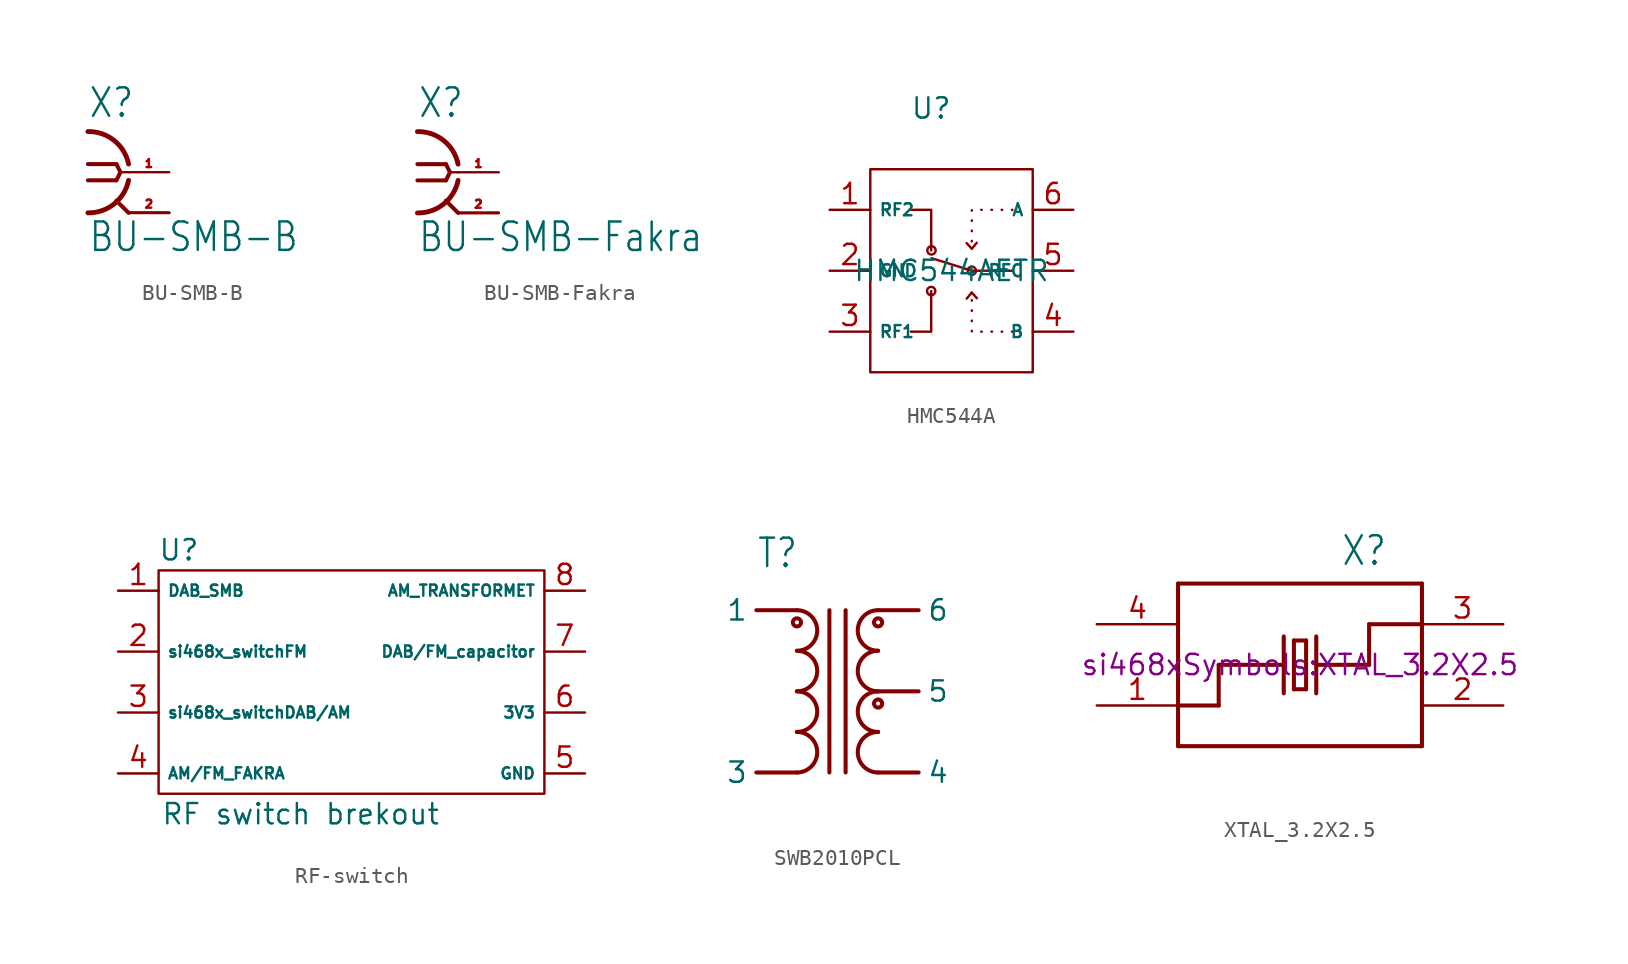
<source format=kicad_sym>
(kicad_symbol_lib
  (version 20220914)
  (generator kicad_symbol_editor)
  (symbol "BU-SMB-B"
    (property "Reference" "X"
      (at -2.54 3.302 0)
      (effects (font (size 1.778 1.511)) (justify left bottom)))
    (property "Value" "BU-SMB-B"
      (at -2.54 -5.08 0)
      (effects (font (size 1.778 1.511)) (justify left bottom)))
    (symbol "BU-SMB-B_1_0"
      (arc (start -2.54 -2.54) (mid -0.9022 -1.9838) (end 0 -0.508) (stroke (width 0.3048) (type solid)) (fill (type none)))
      (polyline (pts (xy -2.54 0.508) (xy -0.762 0.508)) (stroke (width 0.254) (type solid)) (fill (type none)))
      (polyline (pts (xy -0.762 -0.508) (xy -2.54 -0.508)) (stroke (width 0.254) (type solid)) (fill (type none)))
      (polyline (pts (xy -0.762 0.508) (xy -0.508 0)) (stroke (width 0.254) (type solid)) (fill (type none)))
      (polyline (pts (xy -0.508 0) (xy -0.762 -0.508)) (stroke (width 0.254) (type solid)) (fill (type none)))
      (polyline (pts (xy 0 -2.54) (xy -0.762 -1.778)) (stroke (width 0.254) (type solid)) (fill (type none)))
      (polyline (pts (xy 0 0) (xy -0.508 0)) (stroke (width 0.152) (type solid)) (fill (type none)))
      (arc (start 0 0.508) (mid -0.9022 1.9838) (end -2.54 2.54) (stroke (width 0.3048) (type solid)) (fill (type none)))
      (pin passive line (at 2.54 0 180) (length 2.54) (name "1" (effects (font (size 0 0)))) (number "1" (effects (font (size 0.5 0.5)))))
      (pin passive line (at 2.54 -2.54 180) (length 2.54) (name "2" (effects (font (size 0 0)))) (number "2" (effects (font (size 0.5 0.5)))))
      (pin passive line (at 2.54 -2.54 180) (length 2.54) (name "2" (effects (font (size 0 0)))) (number "3" (effects (font (size 0 0)))))
      (pin passive line (at 2.54 -2.54 180) (length 2.54) (name "2" (effects (font (size 0 0)))) (number "4" (effects (font (size 0 0)))))
      (pin passive line (at 2.54 -2.54 180) (length 2.54) (name "2" (effects (font (size 0 0)))) (number "5" (effects (font (size 0 0)))))))
  (symbol "BU-SMB-Fakra"
    (property "Reference" "X"
      (at -2.54 3.302 0)
      (effects (font (size 1.778 1.511)) (justify left bottom)))
    (property "Value" "BU-SMB-Fakra"
      (at -2.54 -5.08 0)
      (effects (font (size 1.778 1.511)) (justify left bottom)))
    (symbol "BU-SMB-Fakra_1_0"
      (arc (start -2.54 -2.54) (mid -0.9022 -1.9838) (end 0 -0.508) (stroke (width 0.3048) (type solid)) (fill (type none)))
      (polyline (pts (xy -2.54 0.508) (xy -0.762 0.508)) (stroke (width 0.254) (type solid)) (fill (type none)))
      (polyline (pts (xy -0.762 -0.508) (xy -2.54 -0.508)) (stroke (width 0.254) (type solid)) (fill (type none)))
      (polyline (pts (xy -0.762 0.508) (xy -0.508 0)) (stroke (width 0.254) (type solid)) (fill (type none)))
      (polyline (pts (xy -0.508 0) (xy -0.762 -0.508)) (stroke (width 0.254) (type solid)) (fill (type none)))
      (polyline (pts (xy 0 -2.54) (xy -0.762 -1.778)) (stroke (width 0.254) (type solid)) (fill (type none)))
      (polyline (pts (xy 0 0) (xy -0.508 0)) (stroke (width 0.152) (type solid)) (fill (type none)))
      (arc (start 0 0.508) (mid -0.9022 1.9838) (end -2.54 2.54) (stroke (width 0.3048) (type solid)) (fill (type none)))
      (pin passive line (at 2.54 0 180) (length 2.54) (name "1" (effects (font (size 0 0)))) (number "1" (effects (font (size 0.5 0.5)))))
      (pin passive line (at 2.54 -2.54 180) (length 2.54) (name "2" (effects (font (size 0 0)))) (number "2" (effects (font (size 0.5 0.5)))))
      (pin passive line (at 2.54 -2.54 180) (length 2.54) (name "2" (effects (font (size 0 0)))) (number "3" (effects (font (size 0 0)))))
      (pin passive line (at 2.54 -2.54 180) (length 2.54) (name "2" (effects (font (size 0 0)))) (number "4" (effects (font (size 0 0)))))
      (pin passive line (at 2.54 -2.54 180) (length 2.54) (name "2" (effects (font (size 0 0)))) (number "5" (effects (font (size 0 0)))))))
  (symbol "HMC544A"
    (property "Reference" "U"
      (at -1.27 10.16 0)
      (effects (font (size 1.27 1.27))))
    (property "Value" "HMC544AETR"
      (at 0 0 0)
      (effects (font (size 1.27 1.27))))
    (symbol "HMC544A_0_1"
      (circle (center -1.27 -1.27) (radius 0.259) (stroke (width 0) (type default)) (fill (type none)))
      (circle (center -1.253 1.274) (radius 0.259) (stroke (width 0) (type default)) (fill (type none)))
      (polyline (pts (xy -2.54 -3.81) (xy -1.27 -3.81) (xy -1.27 -1.27)) (stroke (width 0) (type default)) (fill (type none)))
      (polyline (pts (xy -2.54 3.81) (xy -1.27 3.81) (xy -1.27 1.27)) (stroke (width 0) (type default)) (fill (type none)))
      (polyline (pts (xy 1.27 0) (xy -1.242 0.784) (xy -1.234 0.784)) (stroke (width 0) (type default)) (fill (type none)))
      (polyline (pts (xy -5.08 6.35) (xy -5.08 -6.35) (xy 5.08 -6.35) (xy 5.08 6.35) (xy -5.08 6.35)) (stroke (width 0) (type default)) (fill (type none)))
      (circle (center 1.27 0) (radius 0.259) (stroke (width 0) (type default)) (fill (type none))))
    (symbol "HMC544A_1_1"
      (polyline (pts (xy 1.264 -1.367) (xy 1.589 -1.718)) (stroke (width 0) (type default)) (fill (type none)))
      (polyline (pts (xy 1.27 1.375) (xy 0.946 1.725)) (stroke (width 0) (type default)) (fill (type none)))
      (polyline (pts (xy 3.81 0) (xy 1.27 0)) (stroke (width 0) (type default)) (fill (type none)))
      (polyline (pts (xy 1.259 -1.373) (xy 0.954 -1.742) (xy 0.963 -1.733)) (stroke (width 0) (type default)) (fill (type none)))
      (polyline (pts (xy 1.275 1.381) (xy 1.58 1.749) (xy 1.571 1.74)) (stroke (width 0) (type default)) (fill (type none)))
      (polyline (pts (xy 3.81 -3.81) (xy 1.27 -3.81) (xy 1.27 -1.27)) (stroke (width 0) (type dot)) (fill (type none)))
      (polyline (pts (xy 3.81 3.81) (xy 1.27 3.81) (xy 1.27 1.27)) (stroke (width 0) (type dot)) (fill (type none)))
      (pin input line (at -7.62 3.81 0) (length 2.54) (name "RF2" (effects (font (size 0.75 0.75)))) (number "1" (effects (font (size 1.27 1.27)))))
      (pin input line (at -7.62 0 0) (length 2.54) (name "GND" (effects (font (size 0.75 0.75)))) (number "2" (effects (font (size 1.27 1.27)))))
      (pin input line (at -7.62 -3.81 0) (length 2.54) (name "RF1" (effects (font (size 0.75 0.75)))) (number "3" (effects (font (size 1.27 1.27)))))
      (pin input line (at 7.62 -3.81 180) (length 2.54) (name "B" (effects (font (size 0.75 0.75)))) (number "4" (effects (font (size 1.27 1.27)))))
      (pin input line (at 7.62 0 180) (length 2.54) (name "RFC" (effects (font (size 0.75 0.75)))) (number "5" (effects (font (size 1.27 1.27)))))
      (pin input line (at 7.62 3.81 180) (length 2.54) (name "A" (effects (font (size 0.75 0.75)))) (number "6" (effects (font (size 1.27 1.27)))))))
  (symbol "RF-switch"
    (property "Reference" "U"
      (at -11.43 8.89 0)
      (effects (font (size 1.27 1.27))))
    (property "Value" "RF switch brekout"
      (at -3.81 -7.62 0)
      (effects (font (size 1.27 1.27))))
    (symbol "RF-switch_0_1"
      (polyline (pts (xy -12.7 7.62) (xy -12.7 -6.35) (xy 11.43 -6.35) (xy 11.43 7.62) (xy -12.7 7.62)) (stroke (width 0) (type default)) (fill (type none))))
    (symbol "RF-switch_1_1"
      (pin input line (at -15.24 6.35 0) (length 2.54) (name "DAB_SMB" (effects (font (size 0.7 0.7)))) (number "1" (effects (font (size 1.27 1.27)))))
      (pin input line (at -15.24 2.54 0) (length 2.54) (name "si468x_switchFM" (effects (font (size 0.7 0.7)))) (number "2" (effects (font (size 1.27 1.27)))))
      (pin input line (at -15.24 -1.27 0) (length 2.54) (name "si468x_switchDAB/AM" (effects (font (size 0.7 0.7)))) (number "3" (effects (font (size 1.27 1.27)))))
      (pin input line (at -15.24 -5.08 0) (length 2.54) (name "AM/FM_FAKRA" (effects (font (size 0.7 0.7)))) (number "4" (effects (font (size 1.27 1.27)))))
      (pin power_in line (at 13.97 -5.08 180) (length 2.54) (name "GND" (effects (font (size 0.7 0.7)))) (number "5" (effects (font (size 1.27 1.27)))))
      (pin power_in line (at 13.97 -1.27 180) (length 2.54) (name "3V3" (effects (font (size 0.7 0.7)))) (number "6" (effects (font (size 1.27 1.27)))))
      (pin output line (at 13.97 2.54 180) (length 2.54) (name "DAB/FM_capacitor" (effects (font (size 0.7 0.7)))) (number "7" (effects (font (size 1.27 1.27)))))
      (pin output line (at 13.97 6.35 180) (length 2.54) (name "AM_TRANSFORMET" (effects (font (size 0.7 0.7)))) (number "8" (effects (font (size 1.27 1.27)))))))
  (symbol "SWB2010PCL"
    (property "Reference" "T"
      (at -5.08 7.62 0)
      (effects (font (size 1.778 1.511)) (justify left bottom)))
    (property "Value" ""
      (at -5.08 -7.62 0)
      (effects (font (size 1.778 1.511)) (justify left bottom)))
    (symbol "SWB2010PCL_1_0"
      (arc (start -2.54 -5.08) (mid -1.2755 -3.81) (end -2.54 -2.54) (stroke (width 0.254) (type solid)) (fill (type none)))
      (arc (start -2.54 -2.54) (mid -1.2755 -1.27) (end -2.54 0) (stroke (width 0.254) (type solid)) (fill (type none)))
      (arc (start -2.54 0) (mid -1.2755 1.27) (end -2.54 2.54) (stroke (width 0.254) (type solid)) (fill (type none)))
      (arc (start -2.54 2.54) (mid -1.2755 3.81) (end -2.54 5.08) (stroke (width 0.254) (type solid)) (fill (type none)))
      (circle (center -2.54 4.318) (radius 0.254) (stroke (width 0.254) (type solid)) (fill (type none)))
      (polyline (pts (xy -2.54 -5.08) (xy -5.08 -5.08)) (stroke (width 0.254) (type solid)) (fill (type none)))
      (polyline (pts (xy -2.54 5.08) (xy -5.08 5.08)) (stroke (width 0.254) (type solid)) (fill (type none)))
      (polyline (pts (xy -0.508 -5.08) (xy -0.508 5.08)) (stroke (width 0.254) (type solid)) (fill (type none)))
      (polyline (pts (xy 0.508 -5.08) (xy 0.508 5.08)) (stroke (width 0.254) (type solid)) (fill (type none)))
      (polyline (pts (xy 2.54 -5.08) (xy 5.08 -5.08)) (stroke (width 0.254) (type solid)) (fill (type none)))
      (polyline (pts (xy 2.54 0) (xy 5.08 0)) (stroke (width 0.254) (type solid)) (fill (type none)))
      (polyline (pts (xy 2.54 5.08) (xy 5.08 5.08)) (stroke (width 0.254) (type solid)) (fill (type none)))
      (arc (start 2.54 -2.54) (mid 1.2755 -3.81) (end 2.54 -5.08) (stroke (width 0.254) (type solid)) (fill (type none)))
      (circle (center 2.54 -0.762) (radius 0.254) (stroke (width 0.254) (type solid)) (fill (type none)))
      (arc (start 2.54 0) (mid 1.2755 -1.27) (end 2.54 -2.54) (stroke (width 0.254) (type solid)) (fill (type none)))
      (arc (start 2.54 2.54) (mid 1.2755 1.27) (end 2.54 0) (stroke (width 0.254) (type solid)) (fill (type none)))
      (circle (center 2.54 4.318) (radius 0.254) (stroke (width 0.254) (type solid)) (fill (type none)))
      (arc (start 2.54 5.08) (mid 1.2755 3.81) (end 2.54 2.54) (stroke (width 0.254) (type solid)) (fill (type none)))
      (pin bidirectional line (at -5.08 5.08 180) (length 0) (name "1" (effects (font (size 1.27 1.27)))) (number "P$1" (effects (font (size 0 0)))))
      (pin bidirectional line (at -5.08 -5.08 180) (length 0) (name "3" (effects (font (size 1.27 1.27)))) (number "P$3" (effects (font (size 0 0)))))
      (pin bidirectional line (at 5.08 -5.08 0) (length 0) (name "4" (effects (font (size 1.27 1.27)))) (number "P$4" (effects (font (size 0 0)))))
      (pin bidirectional line (at 5.08 0 0) (length 0) (name "5" (effects (font (size 1.27 1.27)))) (number "P$5" (effects (font (size 0 0)))))
      (pin bidirectional line (at 5.08 5.08 0) (length 0) (name "6" (effects (font (size 1.27 1.27)))) (number "P$6" (effects (font (size 0 0)))))))
  (symbol "XTAL_3.2X2.5"
    (property "Reference" "X"
      (at 2.54 6.096 0)
      (effects (font (size 1.778 1.511)) (justify left bottom)))
    (property "Value" ""
      (at 2.54 -7.62 0)
      (effects (font (size 1.778 1.511)) (justify left bottom)))
    (property "Footprint" "si468xSymbols:XTAL_3.2X2.5"
      (at 0 0 0)
      (effects (font (size 1.27 1.27))))
    (symbol "XTAL_3.2X2.5_1_0"
      (polyline (pts (xy -7.62 -5.08) (xy -7.62 -2.54)) (stroke (width 0.254) (type solid)) (fill (type none)))
      (polyline (pts (xy -7.62 -2.54) (xy -7.62 5.08)) (stroke (width 0.254) (type solid)) (fill (type none)))
      (polyline (pts (xy -7.62 -2.54) (xy -5.08 -2.54)) (stroke (width 0.254) (type solid)) (fill (type none)))
      (polyline (pts (xy -7.62 5.08) (xy 7.62 5.08)) (stroke (width 0.254) (type solid)) (fill (type none)))
      (polyline (pts (xy -5.08 -2.54) (xy -5.08 0)) (stroke (width 0.254) (type solid)) (fill (type none)))
      (polyline (pts (xy -5.08 0) (xy -1.016 0)) (stroke (width 0.254) (type solid)) (fill (type none)))
      (polyline (pts (xy -1.016 0) (xy -1.016 -1.778)) (stroke (width 0.254) (type solid)) (fill (type none)))
      (polyline (pts (xy -1.016 1.778) (xy -1.016 0)) (stroke (width 0.254) (type solid)) (fill (type none)))
      (polyline (pts (xy -0.381 -1.524) (xy 0.381 -1.524)) (stroke (width 0.254) (type solid)) (fill (type none)))
      (polyline (pts (xy -0.381 1.524) (xy -0.381 -1.524)) (stroke (width 0.254) (type solid)) (fill (type none)))
      (polyline (pts (xy 0.381 -1.524) (xy 0.381 1.524)) (stroke (width 0.254) (type solid)) (fill (type none)))
      (polyline (pts (xy 0.381 1.524) (xy -0.381 1.524)) (stroke (width 0.254) (type solid)) (fill (type none)))
      (polyline (pts (xy 1.016 0) (xy 1.016 -1.778)) (stroke (width 0.254) (type solid)) (fill (type none)))
      (polyline (pts (xy 1.016 0) (xy 4.318 0)) (stroke (width 0.254) (type solid)) (fill (type none)))
      (polyline (pts (xy 1.016 1.778) (xy 1.016 0)) (stroke (width 0.254) (type solid)) (fill (type none)))
      (polyline (pts (xy 4.318 0) (xy 4.318 2.54)) (stroke (width 0.254) (type solid)) (fill (type none)))
      (polyline (pts (xy 4.318 2.54) (xy 7.62 2.54)) (stroke (width 0.254) (type solid)) (fill (type none)))
      (polyline (pts (xy 7.62 -5.08) (xy -7.62 -5.08)) (stroke (width 0.254) (type solid)) (fill (type none)))
      (polyline (pts (xy 7.62 2.54) (xy 7.62 -5.08)) (stroke (width 0.254) (type solid)) (fill (type none)))
      (polyline (pts (xy 7.62 5.08) (xy 7.62 2.54)) (stroke (width 0.254) (type solid)) (fill (type none)))
      (pin passive line (at -12.7 -2.54 0) (length 5.08) (name "1" (effects (font (size 0 0)))) (number "1" (effects (font (size 1.27 1.27)))))
      (pin power_in line (at 12.7 -2.54 180) (length 5.08) (name "GND@1" (effects (font (size 0 0)))) (number "2" (effects (font (size 1.27 1.27)))))
      (pin passive line (at 12.7 2.54 180) (length 5.08) (name "3" (effects (font (size 0 0)))) (number "3" (effects (font (size 1.27 1.27)))))
      (pin power_in line (at -12.7 2.54 0) (length 5.08) (name "GND@2" (effects (font (size 0 0)))) (number "4" (effects (font (size 1.27 1.27))))))))
</source>
